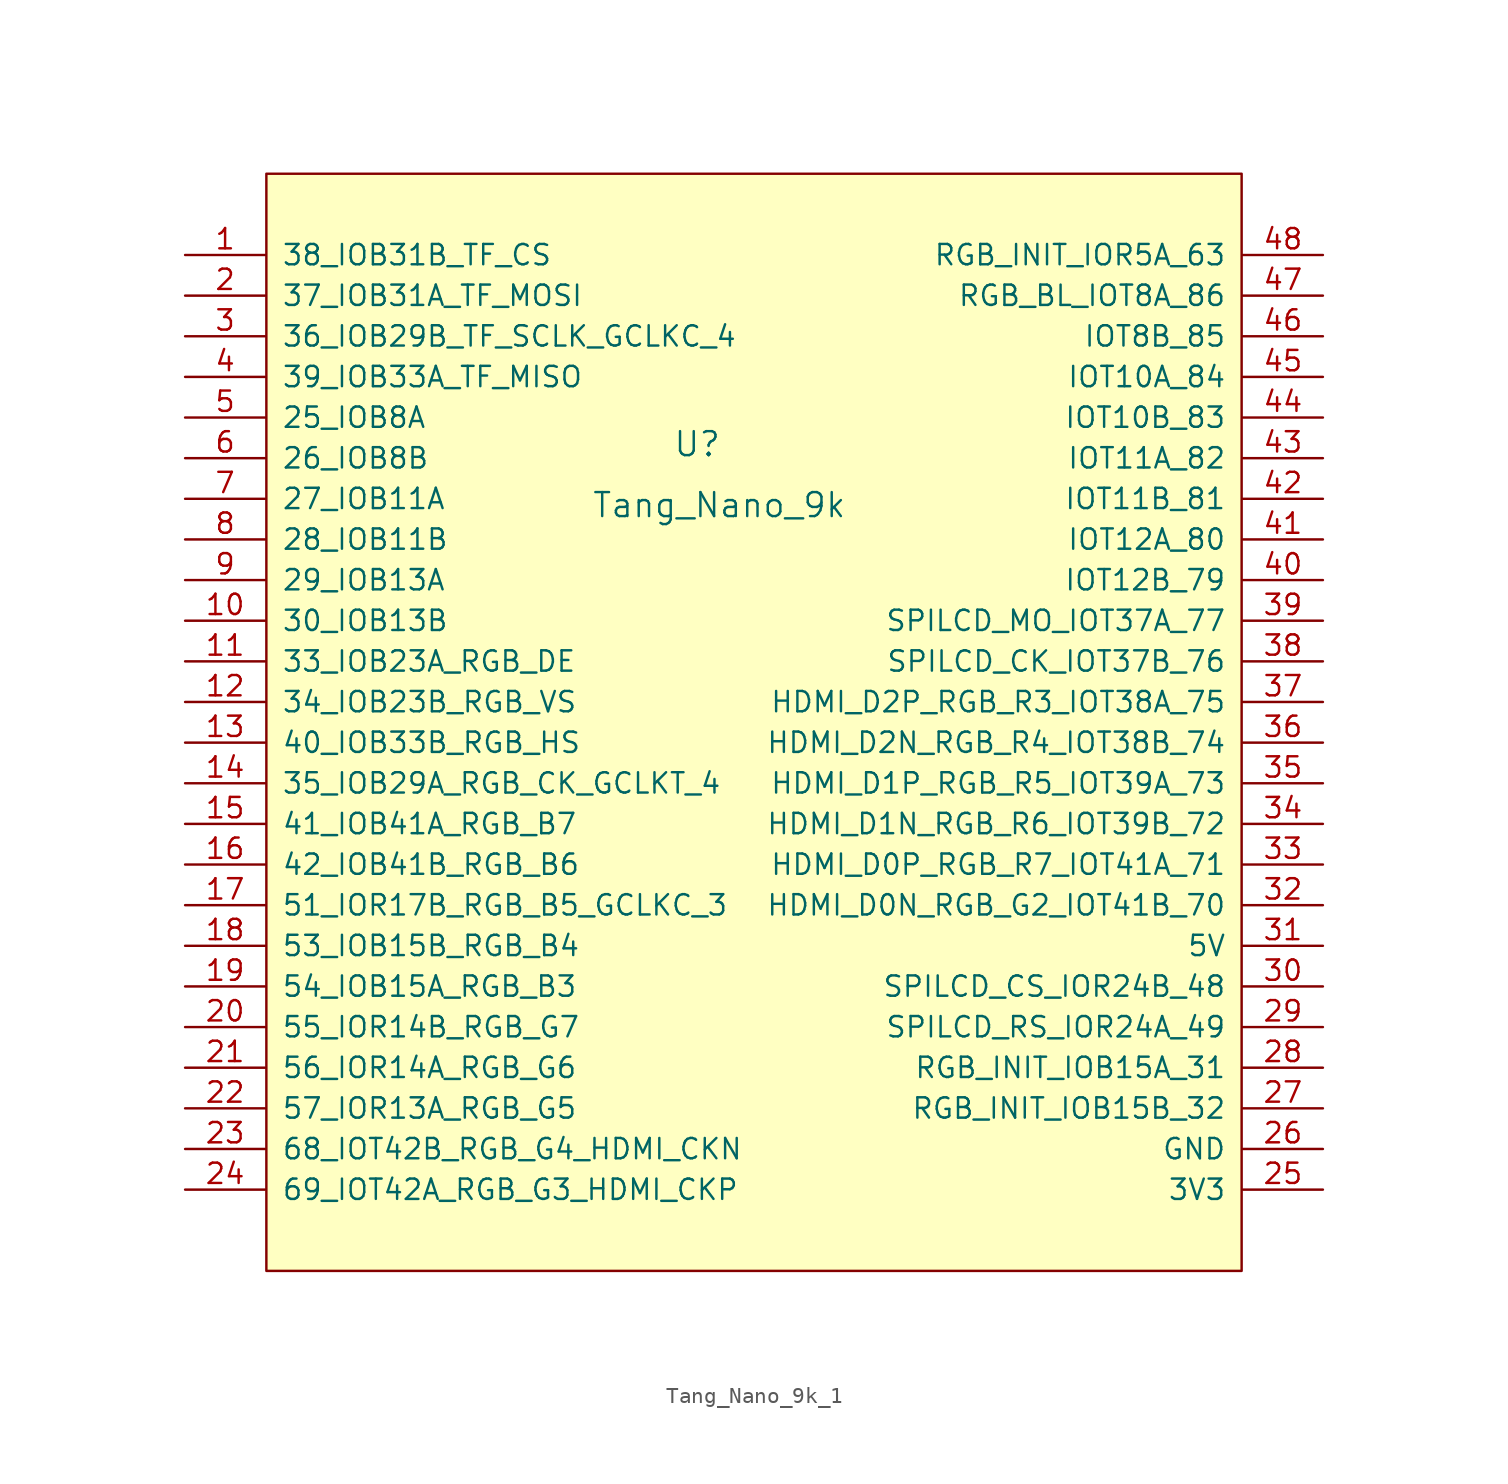
<source format=kicad_sym>
(kicad_symbol_lib
  (version 20220914)
  (generator kicad_symbol_editor)
  (symbol "Tang_Nano_9k_1"
    (pin_names
      (offset 1.016))
    (property "Reference" "U"
      (at -5.08 15.24 0)
      (effects (font (size 1.499 1.499)) (justify left bottom)))
    (property "Value" "Tang_Nano_9k"
      (at -10.16 11.43 0)
      (effects (font (size 1.499 1.499)) (justify left bottom)))
    (symbol "Tang_Nano_9k_1_1_0"
      (pin bidirectional line (at -35.56 27.94 0) (length 5) (name "38_IOB31B_TF_CS" (effects (font (size 1.27 1.27)))) (number "1" (effects (font (size 1.27 1.27)))))
      (pin bidirectional line (at -35.56 5.08 0) (length 5) (name "30_IOB13B" (effects (font (size 1.27 1.27)))) (number "10" (effects (font (size 1.27 1.27)))))
      (pin bidirectional line (at -35.56 2.54 0) (length 5) (name "33_IOB23A_RGB_DE" (effects (font (size 1.27 1.27)))) (number "11" (effects (font (size 1.27 1.27)))))
      (pin bidirectional line (at -35.56 0 0) (length 5) (name "34_IOB23B_RGB_VS" (effects (font (size 1.27 1.27)))) (number "12" (effects (font (size 1.27 1.27)))))
      (pin bidirectional line (at -35.56 -2.54 0) (length 5) (name "40_IOB33B_RGB_HS" (effects (font (size 1.27 1.27)))) (number "13" (effects (font (size 1.27 1.27)))))
      (pin bidirectional line (at -35.56 -5.08 0) (length 5) (name "35_IOB29A_RGB_CK_GCLKT_4" (effects (font (size 1.27 1.27)))) (number "14" (effects (font (size 1.27 1.27)))))
      (pin bidirectional line (at -35.56 -7.62 0) (length 5) (name "41_IOB41A_RGB_B7" (effects (font (size 1.27 1.27)))) (number "15" (effects (font (size 1.27 1.27)))))
      (pin bidirectional line (at -35.56 -10.16 0) (length 5) (name "42_IOB41B_RGB_B6" (effects (font (size 1.27 1.27)))) (number "16" (effects (font (size 1.27 1.27)))))
      (pin bidirectional line (at -35.56 -12.7 0) (length 5) (name "51_IOR17B_RGB_B5_GCLKC_3" (effects (font (size 1.27 1.27)))) (number "17" (effects (font (size 1.27 1.27)))))
      (pin bidirectional line (at -35.56 -15.24 0) (length 5) (name "53_IOB15B_RGB_B4" (effects (font (size 1.27 1.27)))) (number "18" (effects (font (size 1.27 1.27)))))
      (pin bidirectional line (at -35.56 -17.78 0) (length 5) (name "54_IOB15A_RGB_B3" (effects (font (size 1.27 1.27)))) (number "19" (effects (font (size 1.27 1.27)))))
      (pin bidirectional line (at -35.56 25.4 0) (length 5) (name "37_IOB31A_TF_MOSI" (effects (font (size 1.27 1.27)))) (number "2" (effects (font (size 1.27 1.27)))))
      (pin bidirectional line (at -35.56 -20.32 0) (length 5) (name "55_IOR14B_RGB_G7" (effects (font (size 1.27 1.27)))) (number "20" (effects (font (size 1.27 1.27)))))
      (pin bidirectional line (at -35.56 -22.86 0) (length 5) (name "56_IOR14A_RGB_G6" (effects (font (size 1.27 1.27)))) (number "21" (effects (font (size 1.27 1.27)))))
      (pin bidirectional line (at -35.56 -25.4 0) (length 5) (name "57_IOR13A_RGB_G5" (effects (font (size 1.27 1.27)))) (number "22" (effects (font (size 1.27 1.27)))))
      (pin bidirectional line (at -35.56 -27.94 0) (length 5) (name "68_IOT42B_RGB_G4_HDMI_CKN" (effects (font (size 1.27 1.27)))) (number "23" (effects (font (size 1.27 1.27)))))
      (pin bidirectional line (at -35.56 -30.48 0) (length 5) (name "69_IOT42A_RGB_G3_HDMI_CKP" (effects (font (size 1.27 1.27)))) (number "24" (effects (font (size 1.27 1.27)))))
      (pin bidirectional line (at 35.56 -30.48 180) (length 5) (name "3V3" (effects (font (size 1.27 1.27)))) (number "25" (effects (font (size 1.27 1.27)))))
      (pin bidirectional line (at 35.56 -27.94 180) (length 5) (name "GND" (effects (font (size 1.27 1.27)))) (number "26" (effects (font (size 1.27 1.27)))))
      (pin bidirectional line (at 35.56 -25.4 180) (length 5) (name "RGB_INIT_IOB15B_32" (effects (font (size 1.27 1.27)))) (number "27" (effects (font (size 1.27 1.27)))))
      (pin bidirectional line (at 35.56 -22.86 180) (length 5) (name "RGB_INIT_IOB15A_31" (effects (font (size 1.27 1.27)))) (number "28" (effects (font (size 1.27 1.27)))))
      (pin bidirectional line (at 35.56 -20.32 180) (length 5) (name "SPILCD_RS_IOR24A_49" (effects (font (size 1.27 1.27)))) (number "29" (effects (font (size 1.27 1.27)))))
      (pin bidirectional line (at -35.56 22.86 0) (length 5) (name "36_IOB29B_TF_SCLK_GCLKC_4" (effects (font (size 1.27 1.27)))) (number "3" (effects (font (size 1.27 1.27)))))
      (pin bidirectional line (at 35.56 -17.78 180) (length 5) (name "SPILCD_CS_IOR24B_48" (effects (font (size 1.27 1.27)))) (number "30" (effects (font (size 1.27 1.27)))))
      (pin bidirectional line (at 35.56 -15.24 180) (length 5) (name "5V" (effects (font (size 1.27 1.27)))) (number "31" (effects (font (size 1.27 1.27)))))
      (pin bidirectional line (at 35.56 -12.7 180) (length 5) (name "HDMI_D0N_RGB_G2_IOT41B_70" (effects (font (size 1.27 1.27)))) (number "32" (effects (font (size 1.27 1.27)))))
      (pin bidirectional line (at 35.56 -10.16 180) (length 5) (name "HDMI_D0P_RGB_R7_IOT41A_71" (effects (font (size 1.27 1.27)))) (number "33" (effects (font (size 1.27 1.27)))))
      (pin bidirectional line (at 35.56 -7.62 180) (length 5) (name "HDMI_D1N_RGB_R6_IOT39B_72" (effects (font (size 1.27 1.27)))) (number "34" (effects (font (size 1.27 1.27)))))
      (pin bidirectional line (at 35.56 -5.08 180) (length 5) (name "HDMI_D1P_RGB_R5_IOT39A_73" (effects (font (size 1.27 1.27)))) (number "35" (effects (font (size 1.27 1.27)))))
      (pin bidirectional line (at 35.56 -2.54 180) (length 5) (name "HDMI_D2N_RGB_R4_IOT38B_74" (effects (font (size 1.27 1.27)))) (number "36" (effects (font (size 1.27 1.27)))))
      (pin bidirectional line (at 35.56 0 180) (length 5) (name "HDMI_D2P_RGB_R3_IOT38A_75" (effects (font (size 1.27 1.27)))) (number "37" (effects (font (size 1.27 1.27)))))
      (pin bidirectional line (at 35.56 2.54 180) (length 5) (name "SPILCD_CK_IOT37B_76" (effects (font (size 1.27 1.27)))) (number "38" (effects (font (size 1.27 1.27)))))
      (pin bidirectional line (at 35.56 5.08 180) (length 5) (name "SPILCD_MO_IOT37A_77" (effects (font (size 1.27 1.27)))) (number "39" (effects (font (size 1.27 1.27)))))
      (pin bidirectional line (at -35.56 20.32 0) (length 5) (name "39_IOB33A_TF_MISO" (effects (font (size 1.27 1.27)))) (number "4" (effects (font (size 1.27 1.27)))))
      (pin bidirectional line (at 35.56 7.62 180) (length 5) (name "IOT12B_79" (effects (font (size 1.27 1.27)))) (number "40" (effects (font (size 1.27 1.27)))))
      (pin bidirectional line (at 35.56 10.16 180) (length 5) (name "IOT12A_80" (effects (font (size 1.27 1.27)))) (number "41" (effects (font (size 1.27 1.27)))))
      (pin bidirectional line (at 35.56 12.7 180) (length 5) (name "IOT11B_81" (effects (font (size 1.27 1.27)))) (number "42" (effects (font (size 1.27 1.27)))))
      (pin bidirectional line (at 35.56 15.24 180) (length 5) (name "IOT11A_82" (effects (font (size 1.27 1.27)))) (number "43" (effects (font (size 1.27 1.27)))))
      (pin bidirectional line (at 35.56 17.78 180) (length 5) (name "IOT10B_83" (effects (font (size 1.27 1.27)))) (number "44" (effects (font (size 1.27 1.27)))))
      (pin bidirectional line (at 35.56 20.32 180) (length 5) (name "IOT10A_84" (effects (font (size 1.27 1.27)))) (number "45" (effects (font (size 1.27 1.27)))))
      (pin bidirectional line (at 35.56 22.86 180) (length 5) (name "IOT8B_85" (effects (font (size 1.27 1.27)))) (number "46" (effects (font (size 1.27 1.27)))))
      (pin bidirectional line (at 35.56 25.4 180) (length 5) (name "RGB_BL_IOT8A_86" (effects (font (size 1.27 1.27)))) (number "47" (effects (font (size 1.27 1.27)))))
      (pin bidirectional line (at 35.56 27.94 180) (length 5) (name "RGB_INIT_IOR5A_63" (effects (font (size 1.27 1.27)))) (number "48" (effects (font (size 1.27 1.27)))))
      (pin bidirectional line (at -35.56 17.78 0) (length 5) (name "25_IOB8A" (effects (font (size 1.27 1.27)))) (number "5" (effects (font (size 1.27 1.27)))))
      (pin bidirectional line (at -35.56 15.24 0) (length 5) (name "26_IOB8B" (effects (font (size 1.27 1.27)))) (number "6" (effects (font (size 1.27 1.27)))))
      (pin bidirectional line (at -35.56 12.7 0) (length 5) (name "27_IOB11A" (effects (font (size 1.27 1.27)))) (number "7" (effects (font (size 1.27 1.27)))))
      (pin bidirectional line (at -35.56 10.16 0) (length 5) (name "28_IOB11B" (effects (font (size 1.27 1.27)))) (number "8" (effects (font (size 1.27 1.27)))))
      (pin bidirectional line (at -35.56 7.62 0) (length 5) (name "29_IOB13A" (effects (font (size 1.27 1.27)))) (number "9" (effects (font (size 1.27 1.27))))))
    (symbol "Tang_Nano_9k_1_1_1"
      (rectangle (start -30.48 33.02) (end 30.48 -35.56) (stroke (width 0) (type default)) (fill (type background))))))
</source>
